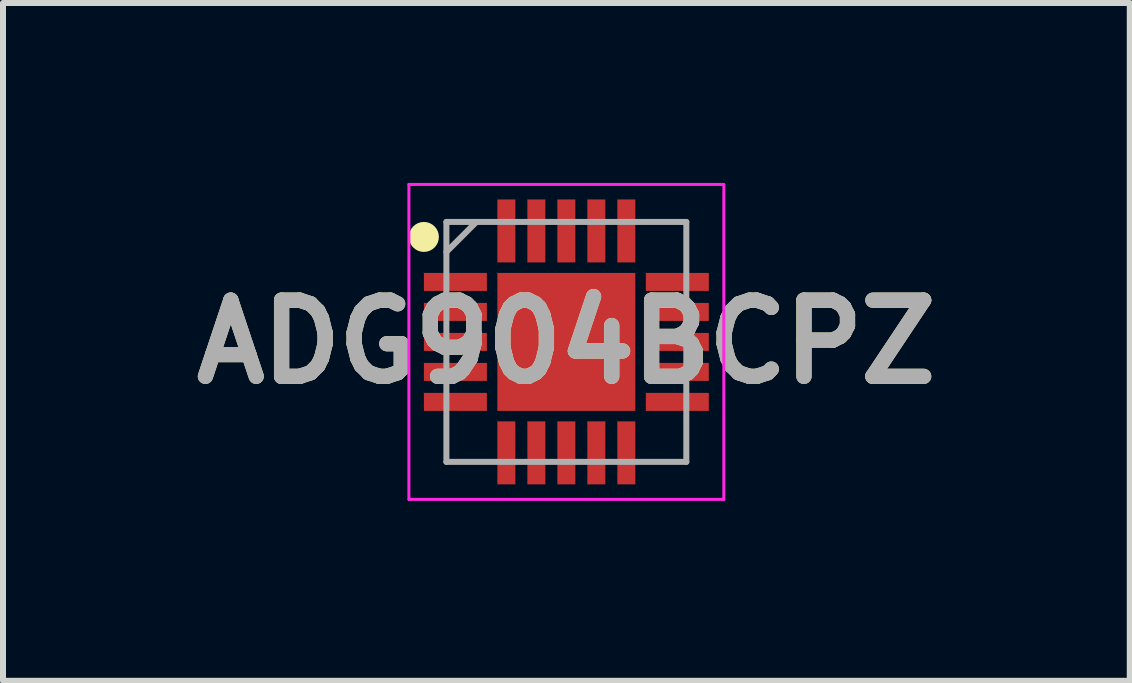
<source format=kicad_pcb>
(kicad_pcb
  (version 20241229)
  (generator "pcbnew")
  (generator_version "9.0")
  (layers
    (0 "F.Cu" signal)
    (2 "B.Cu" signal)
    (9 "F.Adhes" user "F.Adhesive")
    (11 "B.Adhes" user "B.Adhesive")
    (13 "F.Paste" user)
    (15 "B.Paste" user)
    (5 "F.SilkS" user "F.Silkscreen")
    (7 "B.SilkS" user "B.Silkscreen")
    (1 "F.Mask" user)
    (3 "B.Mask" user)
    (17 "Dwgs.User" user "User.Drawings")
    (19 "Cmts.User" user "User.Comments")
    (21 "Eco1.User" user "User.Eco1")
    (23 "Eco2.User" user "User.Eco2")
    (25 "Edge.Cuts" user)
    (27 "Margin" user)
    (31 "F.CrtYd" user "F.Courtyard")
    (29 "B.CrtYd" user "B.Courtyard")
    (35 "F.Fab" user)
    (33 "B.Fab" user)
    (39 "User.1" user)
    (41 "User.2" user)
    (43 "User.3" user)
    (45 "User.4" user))
  (footprint "ADG904BCPZ"
    (layer "F.Cu")
    (at 6.392 2.65)
    (property "Reference" "ADG904BCPZ" (at 0 0 0) (layer "F.SilkS") (effects (font (size 1.27 1.27) (thickness 0.254))))
    (attr smd)
    (fp_circle (center -2.375 -1.75) (end -2.375 -1.625) (stroke (width 0.25) (type solid)) (fill no) (layer "F.SilkS"))
    (fp_line (start -2.625 -2.625) (end 2.625 -2.625) (stroke (width 0.05) (type solid)) (layer "F.CrtYd"))
    (fp_line (start -2.625 2.625) (end -2.625 -2.625) (stroke (width 0.05) (type solid)) (layer "F.CrtYd"))
    (fp_line (start 2.625 -2.625) (end 2.625 2.625) (stroke (width 0.05) (type solid)) (layer "F.CrtYd"))
    (fp_line (start 2.625 2.625) (end -2.625 2.625) (stroke (width 0.05) (type solid)) (layer "F.CrtYd"))
    (fp_line (start -2 -2) (end 2 -2) (stroke (width 0.1) (type solid)) (layer "F.Fab"))
    (fp_line (start -2 -1.5) (end -1.5 -2) (stroke (width 0.1) (type solid)) (layer "F.Fab"))
    (fp_line (start -2 2) (end -2 -2) (stroke (width 0.1) (type solid)) (layer "F.Fab"))
    (fp_line (start 2 -2) (end 2 2) (stroke (width 0.1) (type solid)) (layer "F.Fab"))
    (fp_line (start 2 2) (end -2 2) (stroke (width 0.1) (type solid)) (layer "F.Fab"))
    (fp_text user "${REFERENCE}" (at 0 0 0) (layer "F.Fab") (effects (font (size 1.27 1.27) (thickness 0.254))))
    (pad "1" smd rect (at -1.85 -1 90) (size 0.3 1.05) (layers "F.Cu" "F.Mask" "F.Paste"))
    (pad "2" smd rect (at -1.85 -0.5 90) (size 0.3 1.05) (layers "F.Cu" "F.Mask" "F.Paste"))
    (pad "3" smd rect (at -1.85 0 90) (size 0.3 1.05) (layers "F.Cu" "F.Mask" "F.Paste"))
    (pad "4" smd rect (at -1.85 0.5 90) (size 0.3 1.05) (layers "F.Cu" "F.Mask" "F.Paste"))
    (pad "5" smd rect (at -1.85 1 90) (size 0.3 1.05) (layers "F.Cu" "F.Mask" "F.Paste"))
    (pad "6" smd rect (at -1 1.85) (size 0.3 1.05) (layers "F.Cu" "F.Mask" "F.Paste"))
    (pad "7" smd rect (at -0.5 1.85) (size 0.3 1.05) (layers "F.Cu" "F.Mask" "F.Paste"))
    (pad "8" smd rect (at 0 1.85) (size 0.3 1.05) (layers "F.Cu" "F.Mask" "F.Paste"))
    (pad "9" smd rect (at 0.5 1.85) (size 0.3 1.05) (layers "F.Cu" "F.Mask" "F.Paste"))
    (pad "10" smd rect (at 1 1.85) (size 0.3 1.05) (layers "F.Cu" "F.Mask" "F.Paste"))
    (pad "11" smd rect (at 1.85 1 90) (size 0.3 1.05) (layers "F.Cu" "F.Mask" "F.Paste"))
    (pad "12" smd rect (at 1.85 0.5 90) (size 0.3 1.05) (layers "F.Cu" "F.Mask" "F.Paste"))
    (pad "13" smd rect (at 1.85 0 90) (size 0.3 1.05) (layers "F.Cu" "F.Mask" "F.Paste"))
    (pad "14" smd rect (at 1.85 -0.5 90) (size 0.3 1.05) (layers "F.Cu" "F.Mask" "F.Paste"))
    (pad "15" smd rect (at 1.85 -1 90) (size 0.3 1.05) (layers "F.Cu" "F.Mask" "F.Paste"))
    (pad "16" smd rect (at 1 -1.85) (size 0.3 1.05) (layers "F.Cu" "F.Mask" "F.Paste"))
    (pad "17" smd rect (at 0.5 -1.85) (size 0.3 1.05) (layers "F.Cu" "F.Mask" "F.Paste"))
    (pad "18" smd rect (at 0 -1.85) (size 0.3 1.05) (layers "F.Cu" "F.Mask" "F.Paste"))
    (pad "19" smd rect (at -0.5 -1.85) (size 0.3 1.05) (layers "F.Cu" "F.Mask" "F.Paste"))
    (pad "20" smd rect (at -1 -1.85) (size 0.3 1.05) (layers "F.Cu" "F.Mask" "F.Paste"))
    (pad "21" smd rect (at 0 0) (size 2.3 2.3) (layers "F.Cu" "F.Mask" "F.Paste")))
  (gr_rect
    (start -3 -3)
    (end 15.785 8.3)
    (stroke (width 0.1) (type default))
    (fill no)
    (layer "Edge.Cuts")))
</source>
